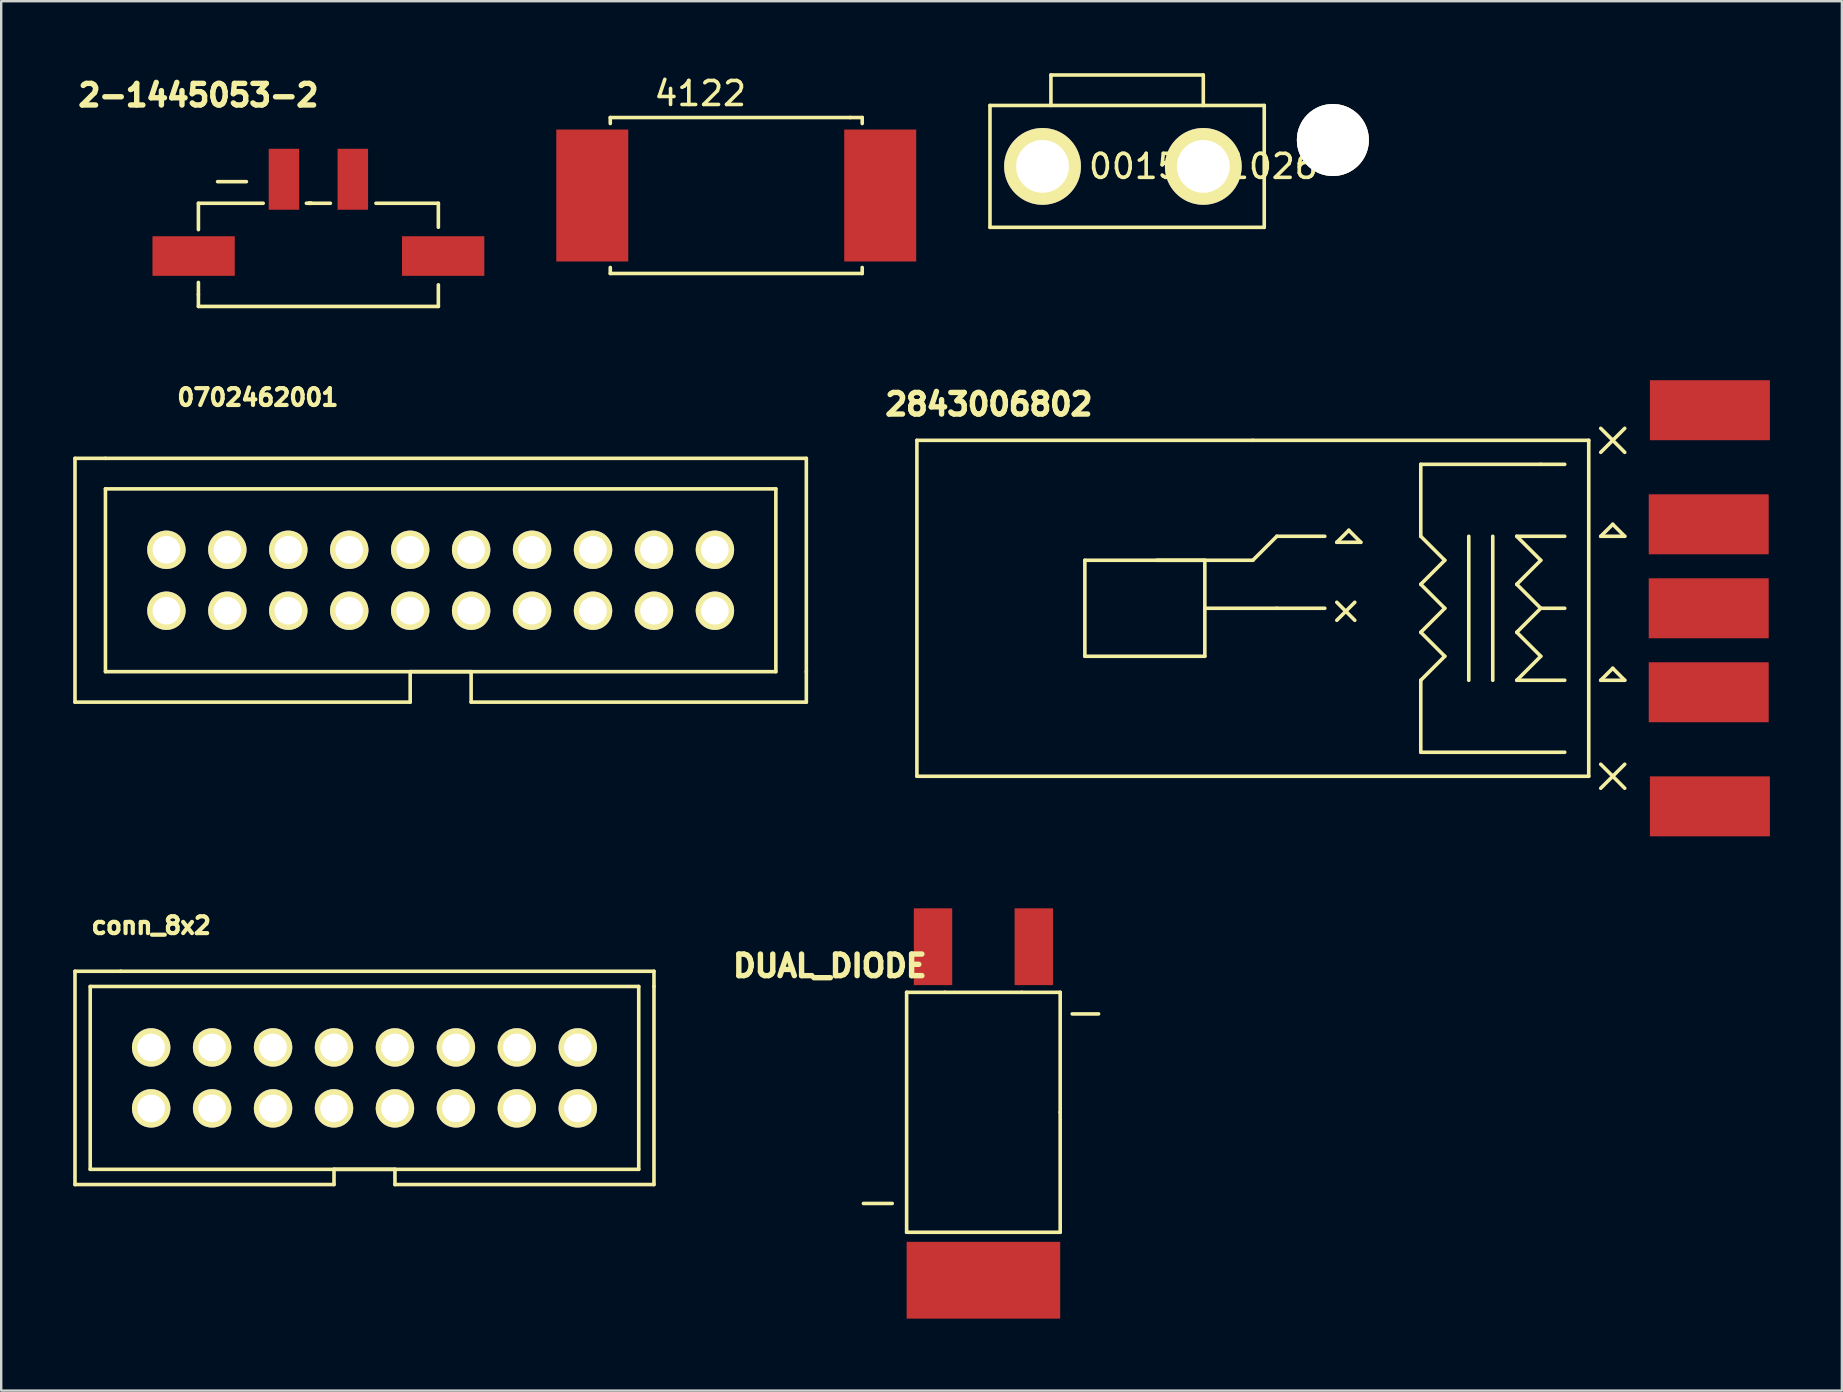
<source format=kicad_pcb>
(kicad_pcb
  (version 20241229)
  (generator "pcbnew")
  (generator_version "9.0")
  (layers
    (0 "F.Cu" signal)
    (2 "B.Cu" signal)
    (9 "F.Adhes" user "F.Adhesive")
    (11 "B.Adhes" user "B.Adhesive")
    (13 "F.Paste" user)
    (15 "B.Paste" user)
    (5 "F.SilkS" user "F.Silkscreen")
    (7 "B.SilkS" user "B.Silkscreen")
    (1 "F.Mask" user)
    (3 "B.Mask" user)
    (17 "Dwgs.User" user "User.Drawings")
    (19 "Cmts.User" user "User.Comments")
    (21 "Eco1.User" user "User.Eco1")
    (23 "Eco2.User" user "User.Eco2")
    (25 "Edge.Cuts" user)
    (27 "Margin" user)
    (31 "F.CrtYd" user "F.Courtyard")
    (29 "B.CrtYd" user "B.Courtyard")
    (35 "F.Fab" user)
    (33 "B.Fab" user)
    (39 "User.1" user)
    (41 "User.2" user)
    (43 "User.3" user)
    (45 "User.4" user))
  (footprint "2-1445053-2"
    (layer "F.Cu")
    (at 10.219 7.621)
    (property "Reference" "2-1445053-2" (at -5 -6.7 0) (layer "F.SilkS") (effects (font (size 0.9 0.9) (thickness 0.225))))
    (attr through_hole)
    (fp_line (start -5 -2.2) (end -5 -1.1) (stroke (width 0.15) (type solid)) (layer "F.SilkS"))
    (fp_line (start -5 1.1) (end -5 1.6) (stroke (width 0.15) (type solid)) (layer "F.SilkS"))
    (fp_line (start -5 1.6) (end -5 2.1) (stroke (width 0.15) (type solid)) (layer "F.SilkS"))
    (fp_line (start -5 2.1) (end 5 2.1) (stroke (width 0.15) (type solid)) (layer "F.SilkS"))
    (fp_line (start -4.2 -3.1) (end -3 -3.1) (stroke (width 0.15) (type solid)) (layer "F.SilkS"))
    (fp_line (start -2.3 -2.2) (end -5 -2.2) (stroke (width 0.15) (type solid)) (layer "F.SilkS"))
    (fp_line (start -0.3 -2.2) (end -0.5 -2.2) (stroke (width 0.15) (type solid)) (layer "F.SilkS"))
    (fp_line (start -0.3 -2.2) (end -0.4 -2.2) (stroke (width 0.15) (type solid)) (layer "F.SilkS"))
    (fp_line (start 0.5 -2.2) (end -0.4 -2.2) (stroke (width 0.15) (type solid)) (layer "F.SilkS"))
    (fp_line (start 5 -2.2) (end 2.4 -2.2) (stroke (width 0.15) (type solid)) (layer "F.SilkS"))
    (fp_line (start 5 -1.2) (end 5 -2.2) (stroke (width 0.15) (type solid)) (layer "F.SilkS"))
    (fp_line (start 5 2.1) (end 5 1.2) (stroke (width 0.15) (type solid)) (layer "F.SilkS"))
    (pad "1" smd rect (at -1.435 -3.2) (size 1.27 2.54) (layers "F.Cu" "F.Mask" "F.Paste"))
    (pad "2" smd rect (at 1.435 -3.2) (size 1.27 2.54) (layers "F.Cu" "F.Mask" "F.Paste"))
    (pad "3" smd rect (at -5.2 0) (size 3.43 1.65) (layers "F.Cu" "F.Mask" "F.Paste"))
    (pad "4" smd rect (at 5.2 0) (size 3.43 1.65) (layers "F.Cu" "F.Mask" "F.Paste")))
  (footprint "conn_8x2"
    (layer "F.Cu")
    (at 12.14 41.873)
    (property "Reference" "conn_8x2" (at -8.89 -6.35 0) (layer "F.SilkS") (effects (font (size 0.7 0.7) (thickness 0.175))))
    (attr through_hole)
    (fp_line (start -12.065 -4.445) (end -12.065 4.445) (stroke (width 0.15) (type solid)) (layer "F.SilkS"))
    (fp_line (start -12.065 4.445) (end -1.27 4.445) (stroke (width 0.15) (type solid)) (layer "F.SilkS"))
    (fp_line (start -11.43 -3.81) (end -11.43 3.81) (stroke (width 0.15) (type solid)) (layer "F.SilkS"))
    (fp_line (start -11.43 -3.81) (end 11.43 -3.81) (stroke (width 0.15) (type solid)) (layer "F.SilkS"))
    (fp_line (start -10.16 -4.445) (end -12.065 -4.445) (stroke (width 0.15) (type solid)) (layer "F.SilkS"))
    (fp_line (start -1.27 4.445) (end -1.27 3.81) (stroke (width 0.15) (type solid)) (layer "F.SilkS"))
    (fp_line (start 1.27 3.81) (end -1.27 3.81) (stroke (width 0.15) (type solid)) (layer "F.SilkS"))
    (fp_line (start 1.27 3.81) (end 1.27 4.445) (stroke (width 0.15) (type solid)) (layer "F.SilkS"))
    (fp_line (start 1.27 4.445) (end 12.065 4.445) (stroke (width 0.15) (type solid)) (layer "F.SilkS"))
    (fp_line (start 11.43 -3.81) (end 11.43 3.81) (stroke (width 0.15) (type solid)) (layer "F.SilkS"))
    (fp_line (start 11.43 3.81) (end -11.43 3.81) (stroke (width 0.15) (type solid)) (layer "F.SilkS"))
    (fp_line (start 12.065 -4.445) (end -10.16 -4.445) (stroke (width 0.15) (type solid)) (layer "F.SilkS"))
    (fp_line (start 12.065 -3.81) (end 12.065 -4.445) (stroke (width 0.15) (type solid)) (layer "F.SilkS"))
    (fp_line (start 12.065 4.445) (end 12.065 -3.81) (stroke (width 0.15) (type solid)) (layer "F.SilkS"))
    (pad "1" thru_hole circle (at -8.89 1.27) (size 1.6 1.6) (drill 1.15) (layers "*.Cu" "*.Mask" "F.SilkS"))
    (pad "2" thru_hole circle (at -8.89 -1.27) (size 1.6 1.6) (drill 1.15) (layers "*.Cu" "*.Mask" "F.SilkS"))
    (pad "3" thru_hole circle (at -6.35 1.27) (size 1.6 1.6) (drill 1.15) (layers "*.Cu" "*.Mask" "F.SilkS"))
    (pad "4" thru_hole circle (at -6.35 -1.27) (size 1.6 1.6) (drill 1.15) (layers "*.Cu" "*.Mask" "F.SilkS"))
    (pad "5" thru_hole circle (at -3.81 1.27) (size 1.6 1.6) (drill 1.15) (layers "*.Cu" "*.Mask" "F.SilkS"))
    (pad "6" thru_hole circle (at -3.81 -1.27) (size 1.6 1.6) (drill 1.15) (layers "*.Cu" "*.Mask" "F.SilkS"))
    (pad "7" thru_hole circle (at -1.27 1.27) (size 1.6 1.6) (drill 1.15) (layers "*.Cu" "*.Mask" "F.SilkS"))
    (pad "8" thru_hole circle (at -1.27 -1.27) (size 1.6 1.6) (drill 1.15) (layers "*.Cu" "*.Mask" "F.SilkS"))
    (pad "9" thru_hole circle (at 1.27 1.27) (size 1.6 1.6) (drill 1.15) (layers "*.Cu" "*.Mask" "F.SilkS"))
    (pad "10" thru_hole circle (at 1.27 -1.27) (size 1.6 1.6) (drill 1.15) (layers "*.Cu" "*.Mask" "F.SilkS"))
    (pad "11" thru_hole circle (at 3.81 1.27) (size 1.6 1.6) (drill 1.15) (layers "*.Cu" "*.Mask" "F.SilkS"))
    (pad "12" thru_hole circle (at 3.81 -1.27) (size 1.6 1.6) (drill 1.15) (layers "*.Cu" "*.Mask" "F.SilkS"))
    (pad "13" thru_hole circle (at 6.35 1.27) (size 1.6 1.6) (drill 1.15) (layers "*.Cu" "*.Mask" "F.SilkS"))
    (pad "14" thru_hole circle (at 6.35 -1.27) (size 1.6 1.6) (drill 1.15) (layers "*.Cu" "*.Mask" "F.SilkS"))
    (pad "15" thru_hole circle (at 8.89 1.27) (size 1.6 1.6) (drill 1.15) (layers "*.Cu" "*.Mask" "F.SilkS"))
    (pad "16" thru_hole circle (at 8.89 -1.27) (size 1.6 1.6) (drill 1.15) (layers "*.Cu" "*.Mask" "F.SilkS")))
  (footprint "0015311026"
    (layer "F.Cu")
    (at 47.099 3.885)
    (property "Reference" "0015311026" (at 0 0 0) (layer "F.SilkS") (effects (font (size 1 1) (thickness 0.15))))
    (attr through_hole)
    (fp_line (start -8.89 -2.54) (end -8.89 2.54) (stroke (width 0.15) (type solid)) (layer "F.SilkS"))
    (fp_line (start -8.89 2.54) (end 2.54 2.54) (stroke (width 0.15) (type solid)) (layer "F.SilkS"))
    (fp_line (start -6.35 -3.81) (end 0 -3.81) (stroke (width 0.15) (type solid)) (layer "F.SilkS"))
    (fp_line (start -6.35 -2.54) (end -6.35 -3.81) (stroke (width 0.15) (type solid)) (layer "F.SilkS"))
    (fp_line (start 0 -3.81) (end 0 -2.54) (stroke (width 0.15) (type solid)) (layer "F.SilkS"))
    (fp_line (start 2.54 -2.54) (end -8.89 -2.54) (stroke (width 0.15) (type solid)) (layer "F.SilkS"))
    (fp_line (start 2.54 2.54) (end 2.54 -2.54) (stroke (width 0.15) (type solid)) (layer "F.SilkS"))
    (pad "1" thru_hole circle (at -6.7 0) (size 3.2 3.2) (drill 2.2) (layers "*.Cu" "*.Mask" "F.SilkS"))
    (pad "2" thru_hole circle (at 0 0) (size 3.2 3.2) (drill 2.2) (layers "*.Cu" "*.Mask" "F.SilkS"))
    (pad "3" thru_hole circle (at 5.4 -1.1) (size 3 3) (drill 3) (layers "*.Cu" "*.Mask" "F.SilkS")))
  (footprint "DUAL_DIODE"
    (layer "F.Cu")
    (at 37.935 43.306)
    (property "Reference" "DUAL_DIODE" (at -6.4 -6.1 180) (layer "F.SilkS") (effects (font (size 0.9 0.9) (thickness 0.225))))
    (attr through_hole)
    (fp_line (start -5 3.8) (end -3.8 3.8) (stroke (width 0.15) (type solid)) (layer "F.SilkS"))
    (fp_line (start -3.2 -5) (end -1.6 -5) (stroke (width 0.15) (type solid)) (layer "F.SilkS"))
    (fp_line (start -3.2 5) (end -3.2 -5) (stroke (width 0.15) (type solid)) (layer "F.SilkS"))
    (fp_line (start -3.2 5) (end 3.2 5) (stroke (width 0.15) (type solid)) (layer "F.SilkS"))
    (fp_line (start -1.6 -5) (end 1.6 -5) (stroke (width 0.15) (type solid)) (layer "F.SilkS"))
    (fp_line (start 1.6 -5) (end 3.2 -5) (stroke (width 0.15) (type solid)) (layer "F.SilkS"))
    (fp_line (start 3.2 -5) (end 3.2 0) (stroke (width 0.15) (type solid)) (layer "F.SilkS"))
    (fp_line (start 3.2 0) (end 3.2 5) (stroke (width 0.15) (type solid)) (layer "F.SilkS"))
    (fp_line (start 3.7 -4.1) (end 4.8 -4.1) (stroke (width 0.15) (type solid)) (layer "F.SilkS"))
    (pad "1" smd rect (at -2.1 -6.9) (size 1.6 3.2) (layers "F.Cu" "F.Mask" "F.Paste"))
    (pad "2" smd rect (at 2.1 -6.9) (size 1.6 3.2) (layers "F.Cu" "F.Mask" "F.Paste"))
    (pad "3" smd rect (at 0 7) (size 6.4 3.2) (layers "F.Cu" "F.Mask" "F.Paste")))
  (footprint "4122"
    (layer "F.Cu")
    (at 27.634 5.098)
    (property "Reference" "4122" (at -1.5 -4.25 0) (layer "F.SilkS") (effects (font (size 1 1) (thickness 0.15))))
    (attr through_hole)
    (fp_line (start -5.25 -3.25) (end 4.75 -3.25) (stroke (width 0.15) (type solid)) (layer "F.SilkS"))
    (fp_line (start -5.25 -3) (end -5.25 -3.25) (stroke (width 0.15) (type solid)) (layer "F.SilkS"))
    (fp_line (start -5.25 3.25) (end -5.25 3) (stroke (width 0.15) (type solid)) (layer "F.SilkS"))
    (fp_line (start 4.75 -3.25) (end 5.25 -3.25) (stroke (width 0.15) (type solid)) (layer "F.SilkS"))
    (fp_line (start 5.25 -3.25) (end 5.25 -3) (stroke (width 0.15) (type solid)) (layer "F.SilkS"))
    (fp_line (start 5.25 3) (end 5.25 3.25) (stroke (width 0.15) (type solid)) (layer "F.SilkS"))
    (fp_line (start 5.25 3.25) (end -5.25 3.25) (stroke (width 0.15) (type solid)) (layer "F.SilkS"))
    (pad "1" smd rect (at 6 0) (size 3 5.5) (layers "F.Cu" "F.Mask" "F.Paste"))
    (pad "2" smd rect (at -6 0) (size 3 5.5) (layers "F.Cu" "F.Mask" "F.Paste")))
  (footprint "2843006802"
    (layer "F.Cu")
    (at 49.163 22.301)
    (property "Reference" "2843006802" (at -11 -8.5 0) (layer "F.SilkS") (effects (font (size 0.9 0.9) (thickness 0.225))))
    (attr through_hole)
    (fp_line (start -14 -7) (end -14 7) (stroke (width 0.15) (type solid)) (layer "F.SilkS"))
    (fp_line (start -14 7) (end 14 7) (stroke (width 0.15) (type solid)) (layer "F.SilkS"))
    (fp_line (start -7 -2) (end -7 2) (stroke (width 0.15) (type solid)) (layer "F.SilkS"))
    (fp_line (start -7 2) (end -2 2) (stroke (width 0.15) (type solid)) (layer "F.SilkS"))
    (fp_line (start -4 -2) (end 0 -2) (stroke (width 0.15) (type solid)) (layer "F.SilkS"))
    (fp_line (start -2 -2) (end -7 -2) (stroke (width 0.15) (type solid)) (layer "F.SilkS"))
    (fp_line (start -2 0) (end 1 0) (stroke (width 0.15) (type solid)) (layer "F.SilkS"))
    (fp_line (start -2 2) (end -2 -2) (stroke (width 0.15) (type solid)) (layer "F.SilkS"))
    (fp_line (start 0 -7) (end -14 -7) (stroke (width 0.15) (type solid)) (layer "F.SilkS"))
    (fp_line (start 0 -2) (end 1 -3) (stroke (width 0.15) (type solid)) (layer "F.SilkS"))
    (fp_line (start 1 -3) (end 3 -3) (stroke (width 0.15) (type solid)) (layer "F.SilkS"))
    (fp_line (start 1 0) (end 3 0) (stroke (width 0.15) (type solid)) (layer "F.SilkS"))
    (fp_line (start 3.5 -2.75) (end 4 -3.25) (stroke (width 0.15) (type solid)) (layer "F.SilkS"))
    (fp_line (start 3.5 -0.25) (end 4.25 0.5) (stroke (width 0.15) (type solid)) (layer "F.SilkS"))
    (fp_line (start 4 -3.25) (end 4.5 -2.75) (stroke (width 0.15) (type solid)) (layer "F.SilkS"))
    (fp_line (start 4.25 -0.25) (end 3.5 0.5) (stroke (width 0.15) (type solid)) (layer "F.SilkS"))
    (fp_line (start 4.5 -2.75) (end 3.5 -2.75) (stroke (width 0.15) (type solid)) (layer "F.SilkS"))
    (fp_line (start 7 -6) (end 12 -6) (stroke (width 0.15) (type solid)) (layer "F.SilkS"))
    (fp_line (start 7 -3) (end 7 -6) (stroke (width 0.15) (type solid)) (layer "F.SilkS"))
    (fp_line (start 7 -3) (end 8 -2) (stroke (width 0.15) (type solid)) (layer "F.SilkS"))
    (fp_line (start 7 -1) (end 8 0) (stroke (width 0.15) (type solid)) (layer "F.SilkS"))
    (fp_line (start 7 1) (end 8 2) (stroke (width 0.15) (type solid)) (layer "F.SilkS"))
    (fp_line (start 7 3) (end 7 6) (stroke (width 0.15) (type solid)) (layer "F.SilkS"))
    (fp_line (start 7 6) (end 13 6) (stroke (width 0.15) (type solid)) (layer "F.SilkS"))
    (fp_line (start 8 -2) (end 7 -1) (stroke (width 0.15) (type solid)) (layer "F.SilkS"))
    (fp_line (start 8 0) (end 7 1) (stroke (width 0.15) (type solid)) (layer "F.SilkS"))
    (fp_line (start 8 2) (end 7 3) (stroke (width 0.15) (type solid)) (layer "F.SilkS"))
    (fp_line (start 9 -3) (end 9 3) (stroke (width 0.15) (type solid)) (layer "F.SilkS"))
    (fp_line (start 10 -3) (end 10 3) (stroke (width 0.15) (type solid)) (layer "F.SilkS"))
    (fp_line (start 11 -3) (end 12 -2) (stroke (width 0.15) (type solid)) (layer "F.SilkS"))
    (fp_line (start 11 -3) (end 13 -3) (stroke (width 0.15) (type solid)) (layer "F.SilkS"))
    (fp_line (start 11 -1) (end 12 0) (stroke (width 0.15) (type solid)) (layer "F.SilkS"))
    (fp_line (start 11 1) (end 12 2) (stroke (width 0.15) (type solid)) (layer "F.SilkS"))
    (fp_line (start 11 3) (end 13 3) (stroke (width 0.15) (type solid)) (layer "F.SilkS"))
    (fp_line (start 12 -6) (end 13 -6) (stroke (width 0.15) (type solid)) (layer "F.SilkS"))
    (fp_line (start 12 -2) (end 11 -1) (stroke (width 0.15) (type solid)) (layer "F.SilkS"))
    (fp_line (start 12 0) (end 11 1) (stroke (width 0.15) (type solid)) (layer "F.SilkS"))
    (fp_line (start 12 0) (end 13 0) (stroke (width 0.15) (type solid)) (layer "F.SilkS"))
    (fp_line (start 12 2) (end 11 3) (stroke (width 0.15) (type solid)) (layer "F.SilkS"))
    (fp_line (start 14 -7) (end 0 -7) (stroke (width 0.15) (type solid)) (layer "F.SilkS"))
    (fp_line (start 14 7) (end 14 -7) (stroke (width 0.15) (type solid)) (layer "F.SilkS"))
    (fp_line (start 14.5 -7.5) (end 15.5 -6.5) (stroke (width 0.15) (type solid)) (layer "F.SilkS"))
    (fp_line (start 14.5 -3) (end 15 -3.5) (stroke (width 0.15) (type solid)) (layer "F.SilkS"))
    (fp_line (start 14.5 3) (end 15 2.5) (stroke (width 0.15) (type solid)) (layer "F.SilkS"))
    (fp_line (start 14.5 6.5) (end 15.5 7.5) (stroke (width 0.15) (type solid)) (layer "F.SilkS"))
    (fp_line (start 15 -3.5) (end 15.5 -3) (stroke (width 0.15) (type solid)) (layer "F.SilkS"))
    (fp_line (start 15 2.5) (end 15.5 3) (stroke (width 0.15) (type solid)) (layer "F.SilkS"))
    (fp_line (start 15.5 -7.5) (end 14.5 -6.5) (stroke (width 0.15) (type solid)) (layer "F.SilkS"))
    (fp_line (start 15.5 -3) (end 14.5 -3) (stroke (width 0.15) (type solid)) (layer "F.SilkS"))
    (fp_line (start 15.5 3) (end 14.5 3) (stroke (width 0.15) (type solid)) (layer "F.SilkS"))
    (fp_line (start 15.5 6.5) (end 14.5 7.5) (stroke (width 0.15) (type solid)) (layer "F.SilkS"))
    (pad "1" smd rect (at 19 3.5) (size 5 2.5) (layers "F.Cu" "F.Mask"))
    (pad "2" smd rect (at 19 0) (size 5 2.5) (layers "F.Cu" "F.Mask"))
    (pad "3" smd rect (at 19 -3.5) (size 5 2.5) (layers "F.Cu" "F.Mask"))
    (pad "4" smd rect (at 19.05 -8.255) (size 5 2.5) (layers "F.Cu" "F.Mask"))
    (pad "5" smd rect (at 19.05 8.255) (size 5 2.5) (layers "F.Cu" "F.Mask")))
  (footprint "0702462001"
    (layer "F.Cu")
    (at 14.045 22.403)
    (property "Reference" "0702462001" (at -6.35 -8.89 0) (layer "F.SilkS") (effects (font (size 0.7 0.7) (thickness 0.175))))
    (attr through_hole)
    (fp_line (start -13.97 -6.35) (end -12.7 -6.35) (stroke (width 0.15) (type solid)) (layer "F.SilkS"))
    (fp_line (start -13.97 3.81) (end -13.97 -6.35) (stroke (width 0.15) (type solid)) (layer "F.SilkS"))
    (fp_line (start -12.7 -6.35) (end 16.51 -6.35) (stroke (width 0.15) (type solid)) (layer "F.SilkS"))
    (fp_line (start -12.7 -5.08) (end -12.7 2.54) (stroke (width 0.15) (type solid)) (layer "F.SilkS"))
    (fp_line (start -12.7 2.54) (end 15.24 2.54) (stroke (width 0.15) (type solid)) (layer "F.SilkS"))
    (fp_line (start 0 2.54) (end 0 3.81) (stroke (width 0.15) (type solid)) (layer "F.SilkS"))
    (fp_line (start 0 3.81) (end -13.97 3.81) (stroke (width 0.15) (type solid)) (layer "F.SilkS"))
    (fp_line (start 2.54 2.54) (end 0 2.54) (stroke (width 0.15) (type solid)) (layer "F.SilkS"))
    (fp_line (start 2.54 3.81) (end 2.54 2.54) (stroke (width 0.15) (type solid)) (layer "F.SilkS"))
    (fp_line (start 15.24 -5.08) (end -12.7 -5.08) (stroke (width 0.15) (type solid)) (layer "F.SilkS"))
    (fp_line (start 15.24 2.54) (end 15.24 -5.08) (stroke (width 0.15) (type solid)) (layer "F.SilkS"))
    (fp_line (start 16.51 -6.35) (end 16.51 2.54) (stroke (width 0.15) (type solid)) (layer "F.SilkS"))
    (fp_line (start 16.51 2.54) (end 16.51 3.81) (stroke (width 0.15) (type solid)) (layer "F.SilkS"))
    (fp_line (start 16.51 3.81) (end 2.54 3.81) (stroke (width 0.15) (type solid)) (layer "F.SilkS"))
    (pad "1" thru_hole circle (at -10.16 0) (size 1.6 1.6) (drill 1.15) (layers "*.Cu" "*.Mask" "F.SilkS"))
    (pad "2" thru_hole circle (at -10.16 -2.54) (size 1.6 1.6) (drill 1.15) (layers "*.Cu" "*.Mask" "F.SilkS"))
    (pad "3" thru_hole circle (at -7.62 0) (size 1.6 1.6) (drill 1.15) (layers "*.Cu" "*.Mask" "F.SilkS"))
    (pad "4" thru_hole circle (at -7.62 -2.54) (size 1.6 1.6) (drill 1.15) (layers "*.Cu" "*.Mask" "F.SilkS"))
    (pad "5" thru_hole circle (at -5.08 0) (size 1.6 1.6) (drill 1.15) (layers "*.Cu" "*.Mask" "F.SilkS"))
    (pad "6" thru_hole circle (at -5.08 -2.54) (size 1.6 1.6) (drill 1.15) (layers "*.Cu" "*.Mask" "F.SilkS"))
    (pad "7" thru_hole circle (at -2.54 0) (size 1.6 1.6) (drill 1.15) (layers "*.Cu" "*.Mask" "F.SilkS"))
    (pad "8" thru_hole circle (at -2.54 -2.54) (size 1.6 1.6) (drill 1.15) (layers "*.Cu" "*.Mask" "F.SilkS"))
    (pad "9" thru_hole circle (at 0 0) (size 1.6 1.6) (drill 1.15) (layers "*.Cu" "*.Mask" "F.SilkS"))
    (pad "10" thru_hole circle (at 0 -2.54) (size 1.6 1.6) (drill 1.15) (layers "*.Cu" "*.Mask" "F.SilkS"))
    (pad "11" thru_hole circle (at 2.54 0) (size 1.6 1.6) (drill 1.15) (layers "*.Cu" "*.Mask" "F.SilkS"))
    (pad "12" thru_hole circle (at 2.54 -2.54) (size 1.6 1.6) (drill 1.15) (layers "*.Cu" "*.Mask" "F.SilkS"))
    (pad "13" thru_hole circle (at 5.08 0) (size 1.6 1.6) (drill 1.15) (layers "*.Cu" "*.Mask" "F.SilkS"))
    (pad "14" thru_hole circle (at 5.08 -2.54) (size 1.6 1.6) (drill 1.15) (layers "*.Cu" "*.Mask" "F.SilkS"))
    (pad "15" thru_hole circle (at 7.62 0) (size 1.6 1.6) (drill 1.15) (layers "*.Cu" "*.Mask" "F.SilkS"))
    (pad "16" thru_hole circle (at 7.62 -2.54) (size 1.6 1.6) (drill 1.15) (layers "*.Cu" "*.Mask" "F.SilkS"))
    (pad "17" thru_hole circle (at 10.16 0) (size 1.6 1.6) (drill 1.15) (layers "*.Cu" "*.Mask" "F.SilkS"))
    (pad "18" thru_hole circle (at 10.16 -2.54) (size 1.6 1.6) (drill 1.15) (layers "*.Cu" "*.Mask" "F.SilkS"))
    (pad "19" thru_hole circle (at 12.7 0) (size 1.6 1.6) (drill 1.15) (layers "*.Cu" "*.Mask" "F.SilkS"))
    (pad "20" thru_hole circle (at 12.7 -2.54) (size 1.6 1.6) (drill 1.15) (layers "*.Cu" "*.Mask" "F.SilkS")))
  (gr_rect
    (start -3 -3)
    (end 73.713 54.906)
    (stroke (width 0.1) (type default))
    (fill no)
    (layer "Edge.Cuts")))
</source>
